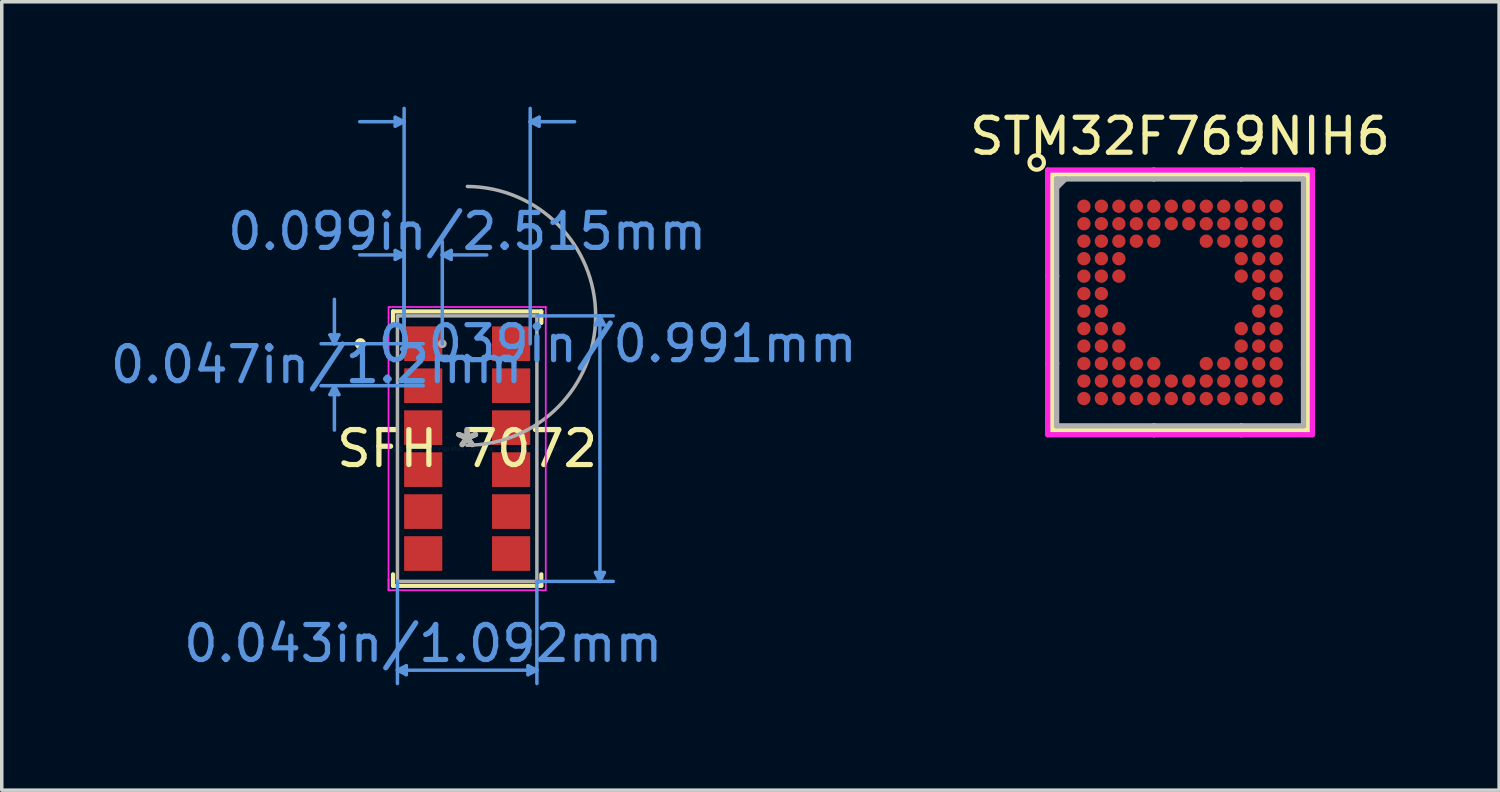
<source format=kicad_pcb>
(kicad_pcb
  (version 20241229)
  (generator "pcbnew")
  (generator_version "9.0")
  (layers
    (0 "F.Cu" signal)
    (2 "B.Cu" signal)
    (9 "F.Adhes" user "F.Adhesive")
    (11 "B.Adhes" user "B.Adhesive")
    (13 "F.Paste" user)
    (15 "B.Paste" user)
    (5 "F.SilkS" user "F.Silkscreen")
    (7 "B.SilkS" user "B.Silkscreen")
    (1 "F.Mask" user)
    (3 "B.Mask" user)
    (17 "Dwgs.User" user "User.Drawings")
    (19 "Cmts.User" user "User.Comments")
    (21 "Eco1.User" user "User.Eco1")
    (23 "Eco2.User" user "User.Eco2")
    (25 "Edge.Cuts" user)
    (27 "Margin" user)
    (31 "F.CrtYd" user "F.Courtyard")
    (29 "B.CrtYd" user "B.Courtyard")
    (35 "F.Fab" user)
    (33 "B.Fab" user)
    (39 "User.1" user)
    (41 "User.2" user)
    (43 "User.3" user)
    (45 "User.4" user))
  (footprint "SFH 7072"
    (layer "F.Cu")
    (at 10.311 9.781)
    (property "Reference" "SFH 7072" (at 0 0 0) (layer "F.SilkS") (effects (font (size 1 1) (thickness 0.15))))
    (attr through_hole)
    (fp_line (start -2.121 -3.924) (end -2.121 -3.595) (stroke (width 0.12) (type solid)) (layer "F.SilkS"))
    (fp_line (start -2.121 3.595) (end -2.121 3.924) (stroke (width 0.12) (type solid)) (layer "F.SilkS"))
    (fp_line (start -2.121 3.924) (end 2.121 3.924) (stroke (width 0.12) (type solid)) (layer "F.SilkS"))
    (fp_line (start 2.121 -3.924) (end -2.121 -3.924) (stroke (width 0.12) (type solid)) (layer "F.SilkS"))
    (fp_line (start 2.121 -3.595) (end 2.121 -3.924) (stroke (width 0.12) (type solid)) (layer "F.SilkS"))
    (fp_line (start 2.121 3.924) (end 2.121 3.595) (stroke (width 0.12) (type solid)) (layer "F.SilkS"))
    (fp_circle (center -3.054 -3) (end -2.953 -3) (stroke (width 0.12) (type solid)) (fill no) (layer "F.SilkS"))
    (fp_line (start -3.924 -3.254) (end -3.67 -3.254) (stroke (width 0.1) (type solid)) (layer "Cmts.User"))
    (fp_line (start -3.924 -1.546) (end -3.67 -1.546) (stroke (width 0.1) (type solid)) (layer "Cmts.User"))
    (fp_line (start -3.797 -3) (end -3.924 -3.254) (stroke (width 0.1) (type solid)) (layer "Cmts.User"))
    (fp_line (start -3.797 -3) (end -3.797 -4.27) (stroke (width 0.1) (type solid)) (layer "Cmts.User"))
    (fp_line (start -3.797 -3) (end -3.67 -3.254) (stroke (width 0.1) (type solid)) (layer "Cmts.User"))
    (fp_line (start -3.797 -1.8) (end -3.924 -1.546) (stroke (width 0.1) (type solid)) (layer "Cmts.User"))
    (fp_line (start -3.797 -1.8) (end -3.797 -0.53) (stroke (width 0.1) (type solid)) (layer "Cmts.User"))
    (fp_line (start -3.797 -1.8) (end -3.67 -1.546) (stroke (width 0.1) (type solid)) (layer "Cmts.User"))
    (fp_line (start -2.057 -9.477) (end -2.057 -9.223) (stroke (width 0.1) (type solid)) (layer "Cmts.User"))
    (fp_line (start -2.057 -5.667) (end -2.057 -5.413) (stroke (width 0.1) (type solid)) (layer "Cmts.User"))
    (fp_line (start -1.994 3.797) (end -1.994 6.718) (stroke (width 0.1) (type solid)) (layer "Cmts.User"))
    (fp_line (start -1.994 6.337) (end -1.74 6.21) (stroke (width 0.1) (type solid)) (layer "Cmts.User"))
    (fp_line (start -1.994 6.337) (end -1.74 6.464) (stroke (width 0.1) (type solid)) (layer "Cmts.User"))
    (fp_line (start -1.994 6.337) (end 1.994 6.337) (stroke (width 0.1) (type solid)) (layer "Cmts.User"))
    (fp_line (start -1.803 -9.35) (end -3.073 -9.35) (stroke (width 0.1) (type solid)) (layer "Cmts.User"))
    (fp_line (start -1.803 -9.35) (end -2.057 -9.477) (stroke (width 0.1) (type solid)) (layer "Cmts.User"))
    (fp_line (start -1.803 -9.35) (end -2.057 -9.223) (stroke (width 0.1) (type solid)) (layer "Cmts.User"))
    (fp_line (start -1.803 -5.54) (end -3.073 -5.54) (stroke (width 0.1) (type solid)) (layer "Cmts.User"))
    (fp_line (start -1.803 -5.54) (end -2.057 -5.667) (stroke (width 0.1) (type solid)) (layer "Cmts.User"))
    (fp_line (start -1.803 -5.54) (end -2.057 -5.413) (stroke (width 0.1) (type solid)) (layer "Cmts.User"))
    (fp_line (start -1.803 -3) (end -1.803 -9.731) (stroke (width 0.1) (type solid)) (layer "Cmts.User"))
    (fp_line (start -1.803 -3) (end -1.803 -5.921) (stroke (width 0.1) (type solid)) (layer "Cmts.User"))
    (fp_line (start -1.74 6.21) (end -1.74 6.464) (stroke (width 0.1) (type solid)) (layer "Cmts.User"))
    (fp_line (start -1.257 -3) (end -4.178 -3) (stroke (width 0.1) (type solid)) (layer "Cmts.User"))
    (fp_line (start -1.257 -1.8) (end -4.178 -1.8) (stroke (width 0.1) (type solid)) (layer "Cmts.User"))
    (fp_line (start -0.711 -5.54) (end -0.457 -5.667) (stroke (width 0.1) (type solid)) (layer "Cmts.User"))
    (fp_line (start -0.711 -5.54) (end -0.457 -5.413) (stroke (width 0.1) (type solid)) (layer "Cmts.User"))
    (fp_line (start -0.711 -5.54) (end 0.559 -5.54) (stroke (width 0.1) (type solid)) (layer "Cmts.User"))
    (fp_line (start -0.711 -3) (end -0.711 -5.921) (stroke (width 0.1) (type solid)) (layer "Cmts.User"))
    (fp_line (start -0.457 -5.667) (end -0.457 -5.413) (stroke (width 0.1) (type solid)) (layer "Cmts.User"))
    (fp_line (start 1.74 6.21) (end 1.74 6.464) (stroke (width 0.1) (type solid)) (layer "Cmts.User"))
    (fp_line (start 1.803 -9.35) (end 2.057 -9.477) (stroke (width 0.1) (type solid)) (layer "Cmts.User"))
    (fp_line (start 1.803 -9.35) (end 2.057 -9.223) (stroke (width 0.1) (type solid)) (layer "Cmts.User"))
    (fp_line (start 1.803 -9.35) (end 3.073 -9.35) (stroke (width 0.1) (type solid)) (layer "Cmts.User"))
    (fp_line (start 1.803 -3) (end 1.803 -9.731) (stroke (width 0.1) (type solid)) (layer "Cmts.User"))
    (fp_line (start 1.994 -3.797) (end 4.178 -3.797) (stroke (width 0.1) (type solid)) (layer "Cmts.User"))
    (fp_line (start 1.994 3.797) (end 1.994 6.718) (stroke (width 0.1) (type solid)) (layer "Cmts.User"))
    (fp_line (start 1.994 3.797) (end 4.178 3.797) (stroke (width 0.1) (type solid)) (layer "Cmts.User"))
    (fp_line (start 1.994 6.337) (end 1.74 6.21) (stroke (width 0.1) (type solid)) (layer "Cmts.User"))
    (fp_line (start 1.994 6.337) (end 1.74 6.464) (stroke (width 0.1) (type solid)) (layer "Cmts.User"))
    (fp_line (start 2.057 -9.477) (end 2.057 -9.223) (stroke (width 0.1) (type solid)) (layer "Cmts.User"))
    (fp_line (start 3.67 -3.543) (end 3.924 -3.543) (stroke (width 0.1) (type solid)) (layer "Cmts.User"))
    (fp_line (start 3.67 3.543) (end 3.924 3.543) (stroke (width 0.1) (type solid)) (layer "Cmts.User"))
    (fp_line (start 3.797 -3.797) (end 3.67 -3.543) (stroke (width 0.1) (type solid)) (layer "Cmts.User"))
    (fp_line (start 3.797 -3.797) (end 3.797 3.797) (stroke (width 0.1) (type solid)) (layer "Cmts.User"))
    (fp_line (start 3.797 -3.797) (end 3.924 -3.543) (stroke (width 0.1) (type solid)) (layer "Cmts.User"))
    (fp_line (start 3.797 3.797) (end 3.67 3.543) (stroke (width 0.1) (type solid)) (layer "Cmts.User"))
    (fp_line (start 3.797 3.797) (end 3.924 3.543) (stroke (width 0.1) (type solid)) (layer "Cmts.User"))
    (fp_line (start -2.248 -4.051) (end 2.248 -4.051) (stroke (width 0.05) (type solid)) (layer "F.CrtYd"))
    (fp_line (start -2.248 -3.749) (end -2.248 -4.051) (stroke (width 0.05) (type solid)) (layer "F.CrtYd"))
    (fp_line (start -2.248 3.749) (end -2.248 -3.749) (stroke (width 0.05) (type solid)) (layer "F.CrtYd"))
    (fp_line (start -2.248 4.051) (end -2.248 3.749) (stroke (width 0.05) (type solid)) (layer "F.CrtYd"))
    (fp_line (start -2.248 4.051) (end -2.248 3.749) (stroke (width 0.05) (type solid)) (layer "F.CrtYd"))
    (fp_line (start 2.248 -4.051) (end 2.248 -3.749) (stroke (width 0.05) (type solid)) (layer "F.CrtYd"))
    (fp_line (start 2.248 -3.749) (end 2.248 3.749) (stroke (width 0.05) (type solid)) (layer "F.CrtYd"))
    (fp_line (start 2.248 3.749) (end 2.248 4.051) (stroke (width 0.05) (type solid)) (layer "F.CrtYd"))
    (fp_line (start 2.248 4.051) (end -2.248 4.051) (stroke (width 0.05) (type solid)) (layer "F.CrtYd"))
    (fp_line (start -1.994 -3.797) (end -1.994 3.797) (stroke (width 0.1) (type solid)) (layer "F.Fab"))
    (fp_line (start -1.994 3.797) (end 1.994 3.797) (stroke (width 0.1) (type solid)) (layer "F.Fab"))
    (fp_line (start 1.994 -3.797) (end -1.994 -3.797) (stroke (width 0.1) (type solid)) (layer "F.Fab"))
    (fp_line (start 1.994 3.797) (end 1.994 -3.797) (stroke (width 0.1) (type solid)) (layer "F.Fab"))
    (fp_arc (start 0.007742 -7.498149) (mid 3.700849 -3.789558) (end -0.007742 -0.096451) (stroke (width 0.1) (type solid)) (layer "F.Fab"))
    (fp_circle (center -0.711 -3) (end -0.635 -3) (stroke (width 0.1) (type solid)) (fill no) (layer "F.Fab"))
    (fp_text user "*" (at 0 0 0) (layer "F.SilkS") (effects (font (size 1 1) (thickness 0.15))))
    (fp_text user "0.099in/2.515mm" (at 0 -6.21 0) (layer "Cmts.User") (effects (font (size 1 1) (thickness 0.15))))
    (fp_text user "0.039in/0.991mm" (at 4.305 -3 0) (layer "Cmts.User") (effects (font (size 1 1) (thickness 0.15))))
    (fp_text user "0.047in/1.2mm" (at -4.305 -2.4 0) (layer "Cmts.User") (effects (font (size 1 1) (thickness 0.15))))
    (fp_text user "Copyright 2021 Accelerated Designs. All rights reserved." (at 0 0 0) (layer "Cmts.User") (effects (font (size 0.127 0.127) (thickness 0.002))))
    (fp_text user "0.043in/1.092mm" (at -1.257 5.575 0) (layer "Cmts.User") (effects (font (size 1 1) (thickness 0.15))))
    (fp_text user "*" (at 0 0 0) (layer "F.Fab") (effects (font (size 1 1) (thickness 0.15))))
    (pad "1" smd rect (at -1.257 -3) (size 1.092 0.991) (layers "F.Cu" "F.Mask" "F.Paste"))
    (pad "2" smd rect (at -1.257 -1.8) (size 1.092 0.991) (layers "F.Cu" "F.Mask" "F.Paste"))
    (pad "3" smd rect (at -1.257 -0.6) (size 1.092 0.991) (layers "F.Cu" "F.Mask" "F.Paste"))
    (pad "4" smd rect (at -1.257 0.6) (size 1.092 0.991) (layers "F.Cu" "F.Mask" "F.Paste"))
    (pad "5" smd rect (at -1.257 1.8) (size 1.092 0.991) (layers "F.Cu" "F.Mask" "F.Paste"))
    (pad "6" smd rect (at -1.257 3) (size 1.092 0.991) (layers "F.Cu" "F.Mask" "F.Paste"))
    (pad "7" smd rect (at 1.257 3) (size 1.092 0.991) (layers "F.Cu" "F.Mask" "F.Paste"))
    (pad "8" smd rect (at 1.257 1.8) (size 1.092 0.991) (layers "F.Cu" "F.Mask" "F.Paste"))
    (pad "9" smd rect (at 1.257 0.6) (size 1.092 0.991) (layers "F.Cu" "F.Mask" "F.Paste"))
    (pad "10" smd rect (at 1.257 -0.6) (size 1.092 0.991) (layers "F.Cu" "F.Mask" "F.Paste"))
    (pad "11" smd rect (at 1.257 -1.8) (size 1.092 0.991) (layers "F.Cu" "F.Mask" "F.Paste"))
    (pad "12" smd rect (at 1.257 -3) (size 1.092 0.991) (layers "F.Cu" "F.Mask" "F.Paste")))
  (footprint "STM32F769NIH6"
    (layer "F.Cu")
    (at 30.7 5.598)
    (property "Reference" "STM32F769NIH6" (at 0 -4.75 0) (layer "F.SilkS") (effects (font (size 1 1) (thickness 0.15))))
    (attr through_hole)
    (fp_line (start -3.658 -3.658) (end -3.658 3.658) (stroke (width 0.152) (type solid)) (layer "F.SilkS"))
    (fp_line (start -3.658 3.658) (end 3.658 3.658) (stroke (width 0.152) (type solid)) (layer "F.SilkS"))
    (fp_line (start -3.531 -0.75) (end -3.785 -0.75) (stroke (width 0.152) (type solid)) (layer "F.SilkS"))
    (fp_line (start -3.531 1.75) (end -3.785 1.75) (stroke (width 0.152) (type solid)) (layer "F.SilkS"))
    (fp_line (start -0.75 -3.531) (end -0.75 -3.785) (stroke (width 0.152) (type solid)) (layer "F.SilkS"))
    (fp_line (start -0.75 3.531) (end -0.75 3.785) (stroke (width 0.152) (type solid)) (layer "F.SilkS"))
    (fp_line (start 1.75 -3.531) (end 1.75 -3.785) (stroke (width 0.152) (type solid)) (layer "F.SilkS"))
    (fp_line (start 1.75 3.531) (end 1.75 3.785) (stroke (width 0.152) (type solid)) (layer "F.SilkS"))
    (fp_line (start 3.531 -0.75) (end 3.785 -0.75) (stroke (width 0.152) (type solid)) (layer "F.SilkS"))
    (fp_line (start 3.531 1.75) (end 3.785 1.75) (stroke (width 0.152) (type solid)) (layer "F.SilkS"))
    (fp_line (start 3.658 -3.658) (end -3.658 -3.658) (stroke (width 0.152) (type solid)) (layer "F.SilkS"))
    (fp_line (start 3.658 3.658) (end 3.658 -3.658) (stroke (width 0.152) (type solid)) (layer "F.SilkS"))
    (fp_circle (center -4.1 -4) (end -4.3 -4.05) (stroke (width 0.12) (type solid)) (fill no) (layer "F.SilkS"))
    (fp_line (start -3.785 -3.785) (end 3.785 -3.785) (stroke (width 0.152) (type solid)) (layer "F.CrtYd"))
    (fp_line (start -3.785 3.785) (end -3.785 -3.785) (stroke (width 0.152) (type solid)) (layer "F.CrtYd"))
    (fp_line (start 3.785 -3.785) (end 3.785 3.785) (stroke (width 0.152) (type solid)) (layer "F.CrtYd"))
    (fp_line (start 3.785 3.785) (end -3.785 3.785) (stroke (width 0.152) (type solid)) (layer "F.CrtYd"))
    (fp_line (start -3.531 -3.531) (end -3.531 3.531) (stroke (width 0.152) (type solid)) (layer "F.Fab"))
    (fp_line (start -3.531 3.531) (end 3.531 3.531) (stroke (width 0.152) (type solid)) (layer "F.Fab"))
    (fp_line (start -3.281 -3.531) (end -3.531 -3.281) (stroke (width 0.152) (type solid)) (layer "F.Fab"))
    (fp_line (start 3.531 -3.531) (end -3.531 -3.531) (stroke (width 0.152) (type solid)) (layer "F.Fab"))
    (fp_line (start 3.531 3.531) (end 3.531 -3.531) (stroke (width 0.152) (type solid)) (layer "F.Fab"))
    (pad "A1" smd circle (at -2.75 -2.75) (size 0.381 0.381) (layers "F.Cu" "F.Mask" "F.Paste"))
    (pad "A2" smd circle (at -2.25 -2.75) (size 0.381 0.381) (layers "F.Cu" "F.Mask" "F.Paste"))
    (pad "A3" smd circle (at -1.75 -2.75) (size 0.381 0.381) (layers "F.Cu" "F.Mask" "F.Paste"))
    (pad "A4" smd circle (at -1.25 -2.75) (size 0.381 0.381) (layers "F.Cu" "F.Mask" "F.Paste"))
    (pad "A5" smd circle (at -0.75 -2.75) (size 0.381 0.381) (layers "F.Cu" "F.Mask" "F.Paste"))
    (pad "A6" smd circle (at -0.25 -2.75) (size 0.381 0.381) (layers "F.Cu" "F.Mask" "F.Paste"))
    (pad "A7" smd circle (at 0.25 -2.75) (size 0.381 0.381) (layers "F.Cu" "F.Mask" "F.Paste"))
    (pad "A8" smd circle (at 0.75 -2.75) (size 0.381 0.381) (layers "F.Cu" "F.Mask" "F.Paste"))
    (pad "A9" smd circle (at 1.25 -2.75) (size 0.381 0.381) (layers "F.Cu" "F.Mask" "F.Paste"))
    (pad "A10" smd circle (at 1.75 -2.75) (size 0.381 0.381) (layers "F.Cu" "F.Mask" "F.Paste"))
    (pad "A11" smd circle (at 2.25 -2.75) (size 0.381 0.381) (layers "F.Cu" "F.Mask" "F.Paste"))
    (pad "A12" smd circle (at 2.75 -2.75) (size 0.381 0.381) (layers "F.Cu" "F.Mask" "F.Paste"))
    (pad "B1" smd circle (at -2.75 -2.25) (size 0.381 0.381) (layers "F.Cu" "F.Mask" "F.Paste"))
    (pad "B2" smd circle (at -2.25 -2.25) (size 0.381 0.381) (layers "F.Cu" "F.Mask" "F.Paste"))
    (pad "B3" smd circle (at -1.75 -2.25) (size 0.381 0.381) (layers "F.Cu" "F.Mask" "F.Paste"))
    (pad "B4" smd circle (at -1.25 -2.25) (size 0.381 0.381) (layers "F.Cu" "F.Mask" "F.Paste"))
    (pad "B5" smd circle (at -0.75 -2.25) (size 0.381 0.381) (layers "F.Cu" "F.Mask" "F.Paste"))
    (pad "B6" smd circle (at -0.25 -2.25) (size 0.381 0.381) (layers "F.Cu" "F.Mask" "F.Paste"))
    (pad "B7" smd circle (at 0.25 -2.25) (size 0.381 0.381) (layers "F.Cu" "F.Mask" "F.Paste"))
    (pad "B8" smd circle (at 0.75 -2.25) (size 0.381 0.381) (layers "F.Cu" "F.Mask" "F.Paste"))
    (pad "B9" smd circle (at 1.25 -2.25) (size 0.381 0.381) (layers "F.Cu" "F.Mask" "F.Paste"))
    (pad "B10" smd circle (at 1.75 -2.25) (size 0.381 0.381) (layers "F.Cu" "F.Mask" "F.Paste"))
    (pad "B11" smd circle (at 2.25 -2.25) (size 0.381 0.381) (layers "F.Cu" "F.Mask" "F.Paste"))
    (pad "B12" smd circle (at 2.75 -2.25) (size 0.381 0.381) (layers "F.Cu" "F.Mask" "F.Paste"))
    (pad "C1" smd circle (at -2.75 -1.75) (size 0.381 0.381) (layers "F.Cu" "F.Mask" "F.Paste"))
    (pad "C2" smd circle (at -2.25 -1.75) (size 0.381 0.381) (layers "F.Cu" "F.Mask" "F.Paste"))
    (pad "C3" smd circle (at -1.75 -1.75) (size 0.381 0.381) (layers "F.Cu" "F.Mask" "F.Paste"))
    (pad "C4" smd circle (at -1.25 -1.75) (size 0.381 0.381) (layers "F.Cu" "F.Mask" "F.Paste"))
    (pad "C5" smd circle (at -0.75 -1.75) (size 0.381 0.381) (layers "F.Cu" "F.Mask" "F.Paste"))
    (pad "C8" smd circle (at 0.75 -1.75) (size 0.381 0.381) (layers "F.Cu" "F.Mask" "F.Paste"))
    (pad "C9" smd circle (at 1.25 -1.75) (size 0.381 0.381) (layers "F.Cu" "F.Mask" "F.Paste"))
    (pad "C10" smd circle (at 1.75 -1.75) (size 0.381 0.381) (layers "F.Cu" "F.Mask" "F.Paste"))
    (pad "C11" smd circle (at 2.25 -1.75) (size 0.381 0.381) (layers "F.Cu" "F.Mask" "F.Paste"))
    (pad "C12" smd circle (at 2.75 -1.75) (size 0.381 0.381) (layers "F.Cu" "F.Mask" "F.Paste"))
    (pad "D1" smd circle (at -2.75 -1.25) (size 0.381 0.381) (layers "F.Cu" "F.Mask" "F.Paste"))
    (pad "D2" smd circle (at -2.25 -1.25) (size 0.381 0.381) (layers "F.Cu" "F.Mask" "F.Paste"))
    (pad "D3" smd circle (at -1.75 -1.25) (size 0.381 0.381) (layers "F.Cu" "F.Mask" "F.Paste"))
    (pad "D10" smd circle (at 1.75 -1.25) (size 0.381 0.381) (layers "F.Cu" "F.Mask" "F.Paste"))
    (pad "D11" smd circle (at 2.25 -1.25) (size 0.381 0.381) (layers "F.Cu" "F.Mask" "F.Paste"))
    (pad "D12" smd circle (at 2.75 -1.25) (size 0.381 0.381) (layers "F.Cu" "F.Mask" "F.Paste"))
    (pad "E1" smd circle (at -2.75 -0.75) (size 0.381 0.381) (layers "F.Cu" "F.Mask" "F.Paste"))
    (pad "E2" smd circle (at -2.25 -0.75) (size 0.381 0.381) (layers "F.Cu" "F.Mask" "F.Paste"))
    (pad "E3" smd circle (at -1.75 -0.75) (size 0.381 0.381) (layers "F.Cu" "F.Mask" "F.Paste"))
    (pad "E10" smd circle (at 1.75 -0.75) (size 0.381 0.381) (layers "F.Cu" "F.Mask" "F.Paste"))
    (pad "E11" smd circle (at 2.25 -0.75) (size 0.381 0.381) (layers "F.Cu" "F.Mask" "F.Paste"))
    (pad "E12" smd circle (at 2.75 -0.75) (size 0.381 0.381) (layers "F.Cu" "F.Mask" "F.Paste"))
    (pad "F1" smd circle (at -2.75 -0.25) (size 0.381 0.381) (layers "F.Cu" "F.Mask" "F.Paste"))
    (pad "F2" smd circle (at -2.25 -0.25) (size 0.381 0.381) (layers "F.Cu" "F.Mask" "F.Paste"))
    (pad "F11" smd circle (at 2.25 -0.25) (size 0.381 0.381) (layers "F.Cu" "F.Mask" "F.Paste"))
    (pad "F12" smd circle (at 2.75 -0.25) (size 0.381 0.381) (layers "F.Cu" "F.Mask" "F.Paste"))
    (pad "G1" smd circle (at -2.75 0.25) (size 0.381 0.381) (layers "F.Cu" "F.Mask" "F.Paste"))
    (pad "G2" smd circle (at -2.25 0.25) (size 0.381 0.381) (layers "F.Cu" "F.Mask" "F.Paste"))
    (pad "G11" smd circle (at 2.25 0.25) (size 0.381 0.381) (layers "F.Cu" "F.Mask" "F.Paste"))
    (pad "G12" smd circle (at 2.75 0.25) (size 0.381 0.381) (layers "F.Cu" "F.Mask" "F.Paste"))
    (pad "H1" smd circle (at -2.75 0.75) (size 0.381 0.381) (layers "F.Cu" "F.Mask" "F.Paste"))
    (pad "H2" smd circle (at -2.25 0.75) (size 0.381 0.381) (layers "F.Cu" "F.Mask" "F.Paste"))
    (pad "H3" smd circle (at -1.75 0.75) (size 0.381 0.381) (layers "F.Cu" "F.Mask" "F.Paste"))
    (pad "H10" smd circle (at 1.75 0.75) (size 0.381 0.381) (layers "F.Cu" "F.Mask" "F.Paste"))
    (pad "H11" smd circle (at 2.25 0.75) (size 0.381 0.381) (layers "F.Cu" "F.Mask" "F.Paste"))
    (pad "H12" smd circle (at 2.75 0.75) (size 0.381 0.381) (layers "F.Cu" "F.Mask" "F.Paste"))
    (pad "J1" smd circle (at -2.75 1.25) (size 0.381 0.381) (layers "F.Cu" "F.Mask" "F.Paste"))
    (pad "J2" smd circle (at -2.25 1.25) (size 0.381 0.381) (layers "F.Cu" "F.Mask" "F.Paste"))
    (pad "J3" smd circle (at -1.75 1.25) (size 0.381 0.381) (layers "F.Cu" "F.Mask" "F.Paste"))
    (pad "J10" smd circle (at 1.75 1.25) (size 0.381 0.381) (layers "F.Cu" "F.Mask" "F.Paste"))
    (pad "J11" smd circle (at 2.25 1.25) (size 0.381 0.381) (layers "F.Cu" "F.Mask" "F.Paste"))
    (pad "J12" smd circle (at 2.75 1.25) (size 0.381 0.381) (layers "F.Cu" "F.Mask" "F.Paste"))
    (pad "K1" smd circle (at -2.75 1.75) (size 0.381 0.381) (layers "F.Cu" "F.Mask" "F.Paste"))
    (pad "K2" smd circle (at -2.25 1.75) (size 0.381 0.381) (layers "F.Cu" "F.Mask" "F.Paste"))
    (pad "K3" smd circle (at -1.75 1.75) (size 0.381 0.381) (layers "F.Cu" "F.Mask" "F.Paste"))
    (pad "K4" smd circle (at -1.25 1.75) (size 0.381 0.381) (layers "F.Cu" "F.Mask" "F.Paste"))
    (pad "K5" smd circle (at -0.75 1.75) (size 0.381 0.381) (layers "F.Cu" "F.Mask" "F.Paste"))
    (pad "K8" smd circle (at 0.75 1.75) (size 0.381 0.381) (layers "F.Cu" "F.Mask" "F.Paste"))
    (pad "K9" smd circle (at 1.25 1.75) (size 0.381 0.381) (layers "F.Cu" "F.Mask" "F.Paste"))
    (pad "K10" smd circle (at 1.75 1.75) (size 0.381 0.381) (layers "F.Cu" "F.Mask" "F.Paste"))
    (pad "K11" smd circle (at 2.25 1.75) (size 0.381 0.381) (layers "F.Cu" "F.Mask" "F.Paste"))
    (pad "K12" smd circle (at 2.75 1.75) (size 0.381 0.381) (layers "F.Cu" "F.Mask" "F.Paste"))
    (pad "L1" smd circle (at -2.75 2.25) (size 0.381 0.381) (layers "F.Cu" "F.Mask" "F.Paste"))
    (pad "L2" smd circle (at -2.25 2.25) (size 0.381 0.381) (layers "F.Cu" "F.Mask" "F.Paste"))
    (pad "L3" smd circle (at -1.75 2.25) (size 0.381 0.381) (layers "F.Cu" "F.Mask" "F.Paste"))
    (pad "L4" smd circle (at -1.25 2.25) (size 0.381 0.381) (layers "F.Cu" "F.Mask" "F.Paste"))
    (pad "L5" smd circle (at -0.75 2.25) (size 0.381 0.381) (layers "F.Cu" "F.Mask" "F.Paste"))
    (pad "L6" smd circle (at -0.25 2.25) (size 0.381 0.381) (layers "F.Cu" "F.Mask" "F.Paste"))
    (pad "L7" smd circle (at 0.25 2.25) (size 0.381 0.381) (layers "F.Cu" "F.Mask" "F.Paste"))
    (pad "L8" smd circle (at 0.75 2.25) (size 0.381 0.381) (layers "F.Cu" "F.Mask" "F.Paste"))
    (pad "L9" smd circle (at 1.25 2.25) (size 0.381 0.381) (layers "F.Cu" "F.Mask" "F.Paste"))
    (pad "L10" smd circle (at 1.75 2.25) (size 0.381 0.381) (layers "F.Cu" "F.Mask" "F.Paste"))
    (pad "L11" smd circle (at 2.25 2.25) (size 0.381 0.381) (layers "F.Cu" "F.Mask" "F.Paste"))
    (pad "L12" smd circle (at 2.75 2.25) (size 0.381 0.381) (layers "F.Cu" "F.Mask" "F.Paste"))
    (pad "M1" smd circle (at -2.75 2.75) (size 0.381 0.381) (layers "F.Cu" "F.Mask" "F.Paste"))
    (pad "M2" smd circle (at -2.25 2.75) (size 0.381 0.381) (layers "F.Cu" "F.Mask" "F.Paste"))
    (pad "M3" smd circle (at -1.75 2.75) (size 0.381 0.381) (layers "F.Cu" "F.Mask" "F.Paste"))
    (pad "M4" smd circle (at -1.25 2.75) (size 0.381 0.381) (layers "F.Cu" "F.Mask" "F.Paste"))
    (pad "M5" smd circle (at -0.75 2.75) (size 0.381 0.381) (layers "F.Cu" "F.Mask" "F.Paste"))
    (pad "M6" smd circle (at -0.25 2.75) (size 0.381 0.381) (layers "F.Cu" "F.Mask" "F.Paste"))
    (pad "M7" smd circle (at 0.25 2.75) (size 0.381 0.381) (layers "F.Cu" "F.Mask" "F.Paste"))
    (pad "M8" smd circle (at 0.75 2.75) (size 0.381 0.381) (layers "F.Cu" "F.Mask" "F.Paste"))
    (pad "M9" smd circle (at 1.25 2.75) (size 0.381 0.381) (layers "F.Cu" "F.Mask" "F.Paste"))
    (pad "M10" smd circle (at 1.75 2.75) (size 0.381 0.381) (layers "F.Cu" "F.Mask" "F.Paste"))
    (pad "M11" smd circle (at 2.25 2.75) (size 0.381 0.381) (layers "F.Cu" "F.Mask" "F.Paste"))
    (pad "M12" smd circle (at 2.75 2.75) (size 0.381 0.381) (layers "F.Cu" "F.Mask" "F.Paste")))
  (gr_rect
    (start -3 -3)
    (end 39.825 19.549)
    (stroke (width 0.1) (type default))
    (fill no)
    (layer "Edge.Cuts")))
</source>
